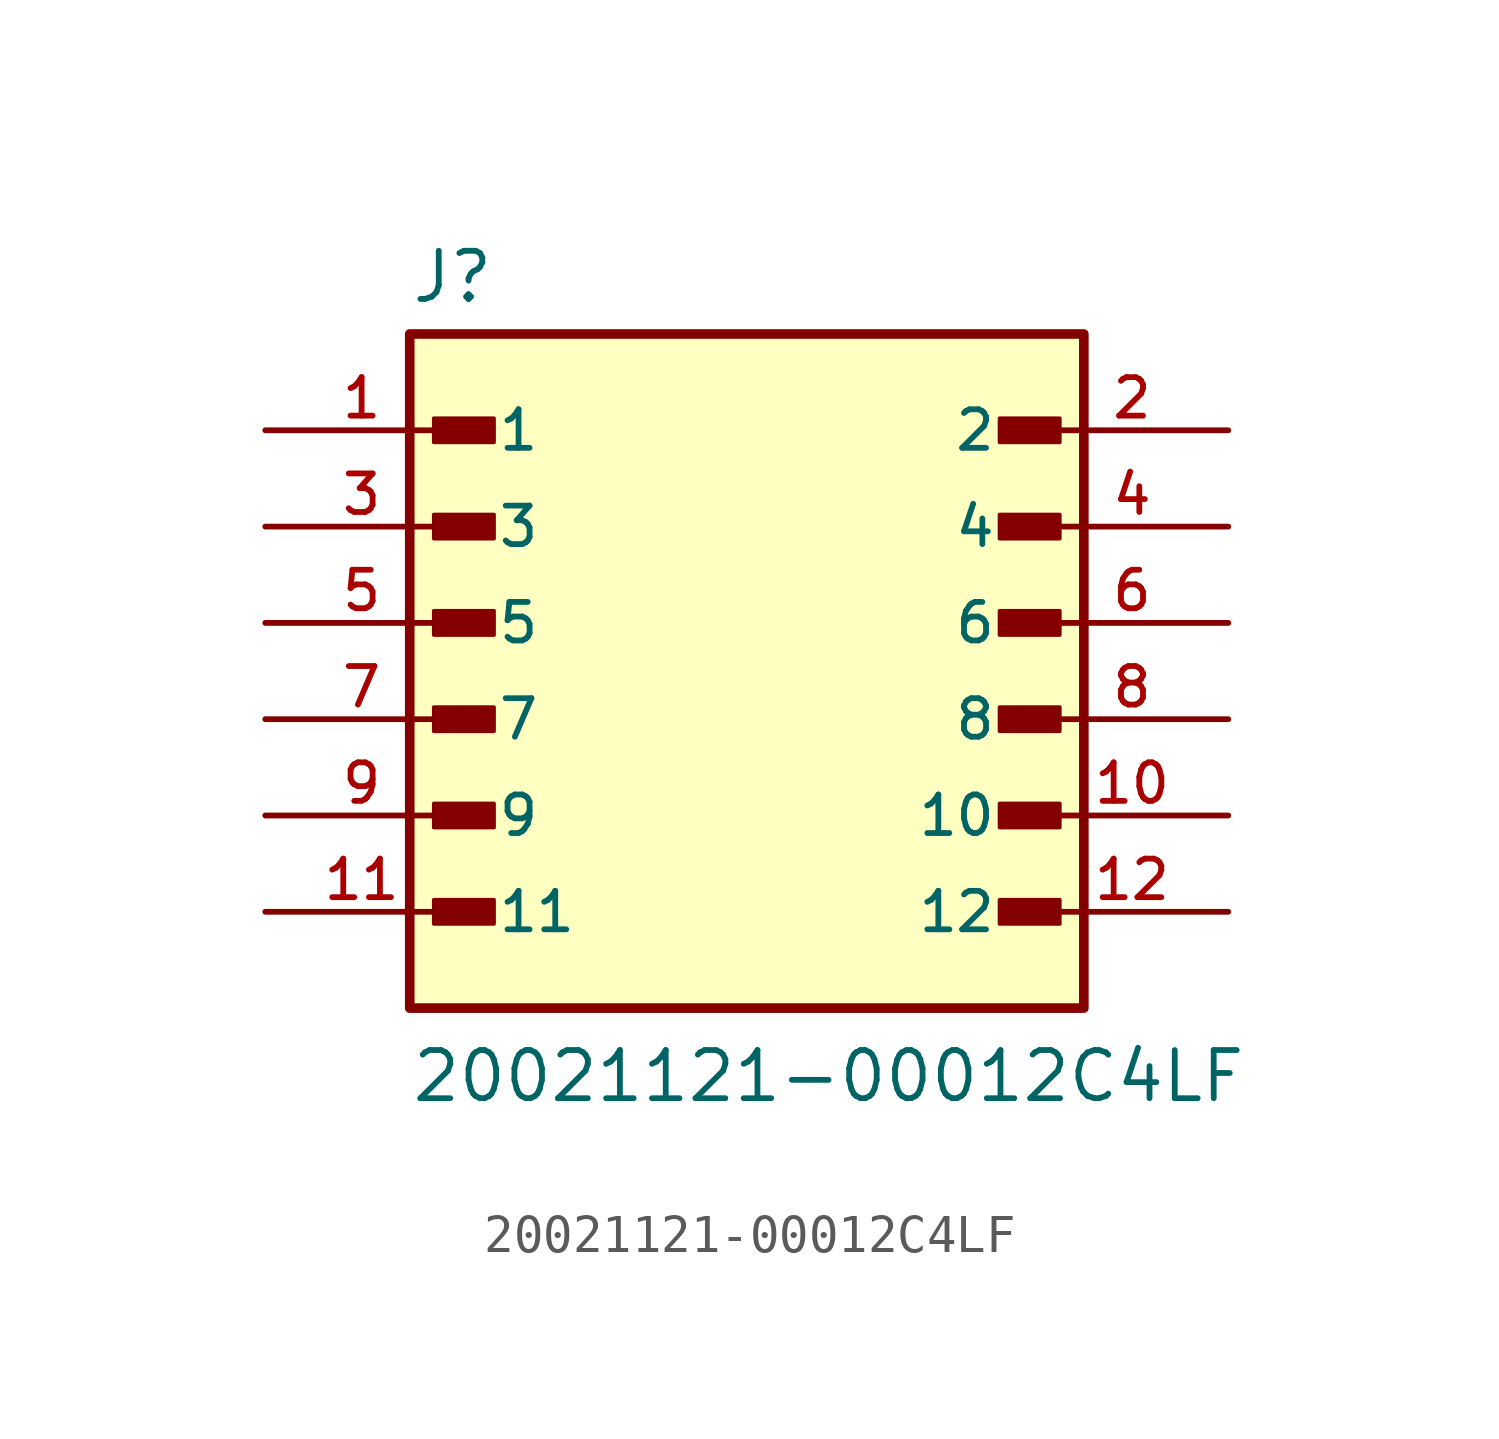
<source format=kicad_sym>
(kicad_symbol_lib
  (version 20211014)
  (generator kicad_symbol_editor)
  (symbol "20021121-00012C4LF"
    (pin_names
      (offset 1.016))
    (property "Reference" "J"
      (at -8.89 8.382 0)
      (effects (font (size 1.27 1.27)) (justify bottom left)))
    (property "Value" "20021121-00012C4LF"
      (at -8.89 -12.7 0)
      (effects (font (size 1.27 1.27)) (justify bottom left)))
    (symbol "20021121-00012C4LF_0_0"
      (rectangle (start -8.255 4.763) (end -6.668 5.397) (stroke (width 0.1)) (fill (type outline)))
      (rectangle (start 6.668 4.763) (end 8.255 5.397) (stroke (width 0.1)) (fill (type outline)))
      (rectangle (start -8.255 2.223) (end -6.668 2.857) (stroke (width 0.1)) (fill (type outline)))
      (rectangle (start 6.668 2.223) (end 8.255 2.857) (stroke (width 0.1)) (fill (type outline)))
      (rectangle (start -8.255 -0.318) (end -6.668 0.318) (stroke (width 0.1)) (fill (type outline)))
      (rectangle (start 6.668 -0.318) (end 8.255 0.318) (stroke (width 0.1)) (fill (type outline)))
      (rectangle (start -8.255 -2.857) (end -6.668 -2.223) (stroke (width 0.1)) (fill (type outline)))
      (rectangle (start 6.668 -2.857) (end 8.255 -2.223) (stroke (width 0.1)) (fill (type outline)))
      (rectangle (start -8.255 -5.397) (end -6.668 -4.763) (stroke (width 0.1)) (fill (type outline)))
      (rectangle (start 6.668 -5.397) (end 8.255 -4.763) (stroke (width 0.1)) (fill (type outline)))
      (rectangle (start -8.255 -7.938) (end -6.668 -7.303) (stroke (width 0.1)) (fill (type outline)))
      (rectangle (start 6.668 -7.938) (end 8.255 -7.303) (stroke (width 0.1)) (fill (type outline)))
      (rectangle (start -8.89 -10.16) (end 8.89 7.62) (stroke (width 0.254)) (fill (type background)))
      (pin passive line (at -12.7 5.08 0) (length 5.08) (name "1" (effects (font (size 1.016 1.016)))) (number "1" (effects (font (size 1.016 1.016)))))
      (pin passive line (at 12.7 5.08 180.0) (length 5.08) (name "2" (effects (font (size 1.016 1.016)))) (number "2" (effects (font (size 1.016 1.016)))))
      (pin passive line (at -12.7 2.54 0) (length 5.08) (name "3" (effects (font (size 1.016 1.016)))) (number "3" (effects (font (size 1.016 1.016)))))
      (pin passive line (at 12.7 2.54 180.0) (length 5.08) (name "4" (effects (font (size 1.016 1.016)))) (number "4" (effects (font (size 1.016 1.016)))))
      (pin passive line (at -12.7 0.0 0) (length 5.08) (name "5" (effects (font (size 1.016 1.016)))) (number "5" (effects (font (size 1.016 1.016)))))
      (pin passive line (at 12.7 0.0 180.0) (length 5.08) (name "6" (effects (font (size 1.016 1.016)))) (number "6" (effects (font (size 1.016 1.016)))))
      (pin passive line (at -12.7 -2.54 0) (length 5.08) (name "7" (effects (font (size 1.016 1.016)))) (number "7" (effects (font (size 1.016 1.016)))))
      (pin passive line (at 12.7 -2.54 180.0) (length 5.08) (name "8" (effects (font (size 1.016 1.016)))) (number "8" (effects (font (size 1.016 1.016)))))
      (pin passive line (at -12.7 -5.08 0) (length 5.08) (name "9" (effects (font (size 1.016 1.016)))) (number "9" (effects (font (size 1.016 1.016)))))
      (pin passive line (at 12.7 -5.08 180.0) (length 5.08) (name "10" (effects (font (size 1.016 1.016)))) (number "10" (effects (font (size 1.016 1.016)))))
      (pin passive line (at -12.7 -7.62 0) (length 5.08) (name "11" (effects (font (size 1.016 1.016)))) (number "11" (effects (font (size 1.016 1.016)))))
      (pin passive line (at 12.7 -7.62 180.0) (length 5.08) (name "12" (effects (font (size 1.016 1.016)))) (number "12" (effects (font (size 1.016 1.016))))))))
</source>
